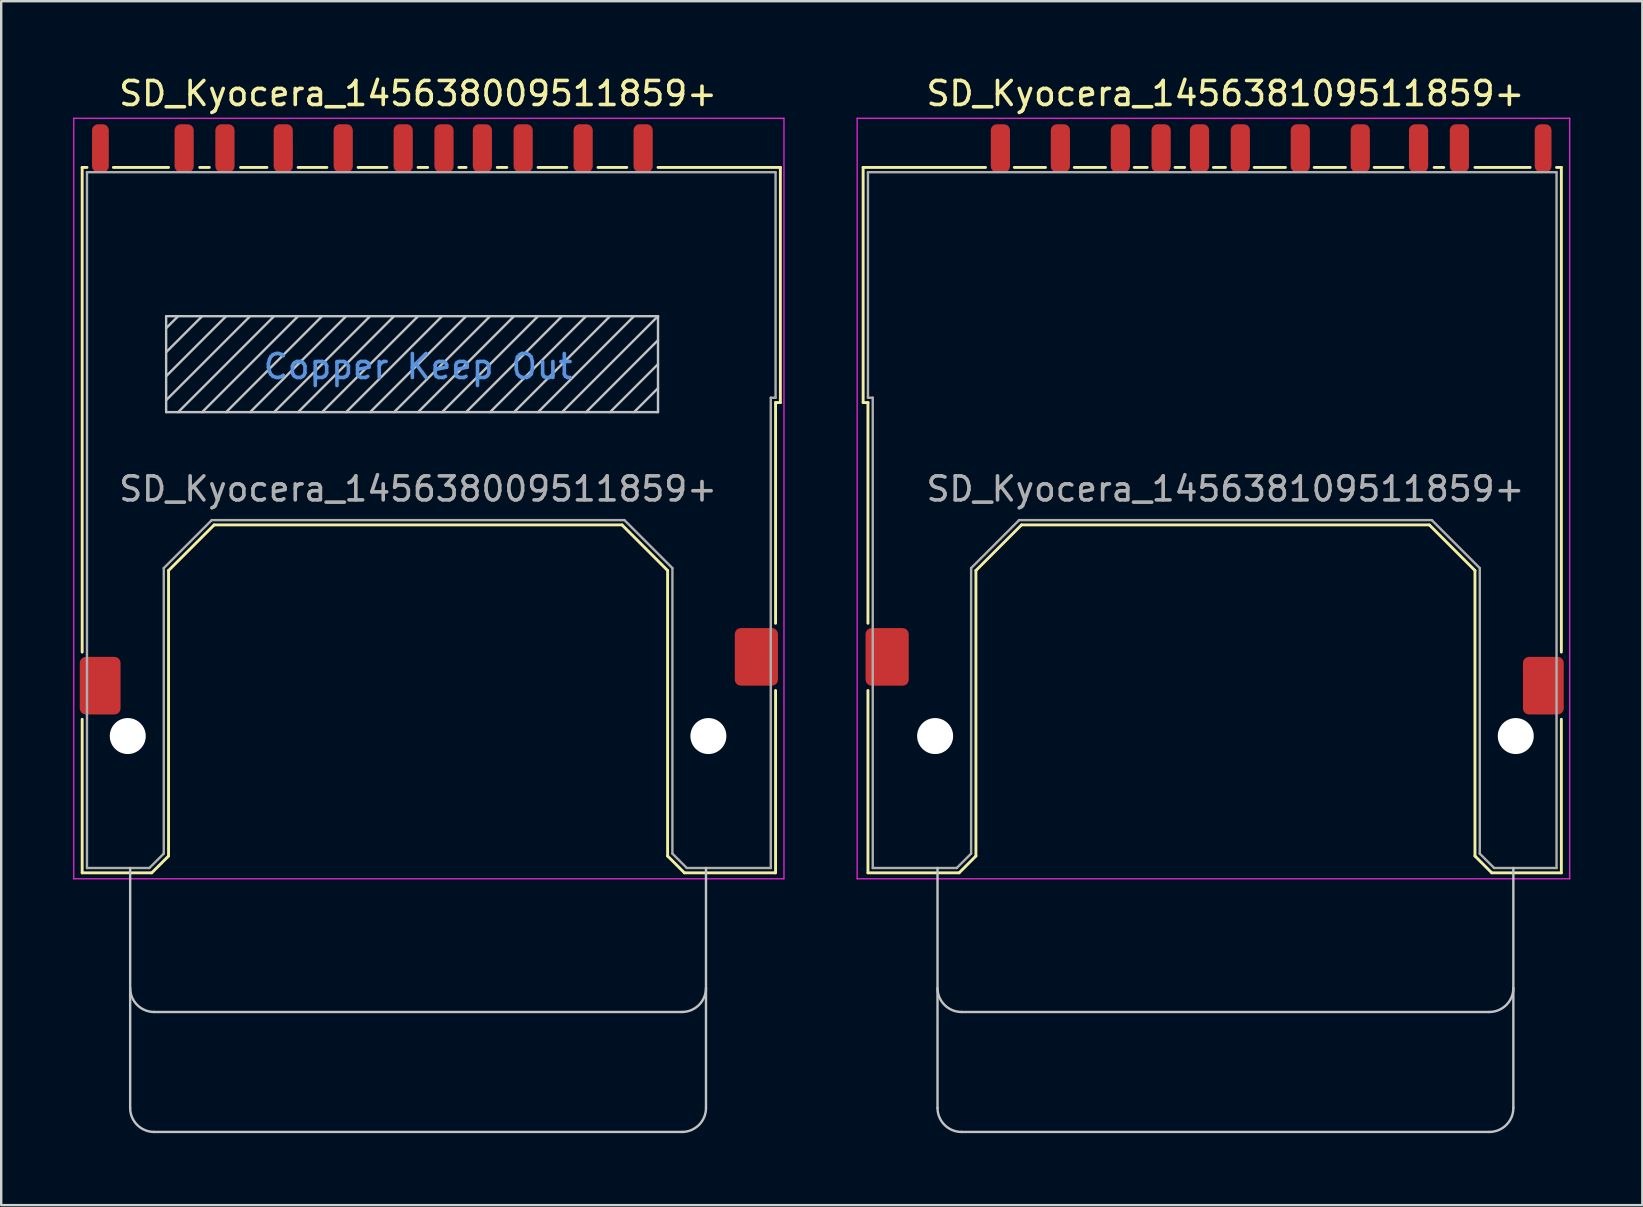
<source format=kicad_pcb>
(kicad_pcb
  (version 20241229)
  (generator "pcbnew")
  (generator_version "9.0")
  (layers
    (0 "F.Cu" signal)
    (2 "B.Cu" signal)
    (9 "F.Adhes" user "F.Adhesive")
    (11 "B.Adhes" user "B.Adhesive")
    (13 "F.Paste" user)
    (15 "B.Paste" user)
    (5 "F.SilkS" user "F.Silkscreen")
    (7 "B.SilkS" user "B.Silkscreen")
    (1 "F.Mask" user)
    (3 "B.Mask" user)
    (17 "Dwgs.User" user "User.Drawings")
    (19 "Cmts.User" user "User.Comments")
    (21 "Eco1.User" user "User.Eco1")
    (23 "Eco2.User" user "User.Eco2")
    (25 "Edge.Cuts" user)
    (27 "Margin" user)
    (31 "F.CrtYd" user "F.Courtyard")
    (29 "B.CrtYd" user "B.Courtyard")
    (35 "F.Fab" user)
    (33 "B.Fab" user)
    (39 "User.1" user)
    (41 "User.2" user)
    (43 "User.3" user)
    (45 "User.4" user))
  (footprint "SD_Kyocera_145638109511859+"
    (layer "F.Cu")
    (at 48.025 15.628)
    (property "Reference" "SD_Kyocera_145638109511859+" (at 0 -14.78 180) (layer "F.SilkS") (effects (font (size 1 1) (thickness 0.15))))
    (attr smd)
    (fp_line (start -15.1 -11.7) (end -10 -11.7) (stroke (width 0.12) (type solid)) (layer "F.SilkS"))
    (fp_line (start -15.1 -1.9) (end -15.1 -11.7) (stroke (width 0.12) (type solid)) (layer "F.SilkS"))
    (fp_line (start -14.9 -1.9) (end -15.1 -1.9) (stroke (width 0.12) (type solid)) (layer "F.SilkS"))
    (fp_line (start -14.9 -1.9) (end -14.9 7.3) (stroke (width 0.12) (type solid)) (layer "F.SilkS"))
    (fp_line (start -14.9 10.1) (end -14.9 17.7) (stroke (width 0.12) (type solid)) (layer "F.SilkS"))
    (fp_line (start -14.9 17.7) (end -11.1 17.7) (stroke (width 0.12) (type solid)) (layer "F.SilkS"))
    (fp_line (start -10.4 17) (end -11.1 17.7) (stroke (width 0.12) (type solid)) (layer "F.SilkS"))
    (fp_line (start -10.4 17) (end -10.4 5.1) (stroke (width 0.12) (type solid)) (layer "F.SilkS"))
    (fp_line (start -8.8 -11.7) (end -7.5 -11.7) (stroke (width 0.12) (type solid)) (layer "F.SilkS"))
    (fp_line (start -8.5 3.2) (end -10.4 5.1) (stroke (width 0.12) (type solid)) (layer "F.SilkS"))
    (fp_line (start -6.3 -11.7) (end -5 -11.7) (stroke (width 0.12) (type solid)) (layer "F.SilkS"))
    (fp_line (start -3.8 -11.7) (end -3.26 -11.7) (stroke (width 0.12) (type solid)) (layer "F.SilkS"))
    (fp_line (start -2.1 -11.7) (end -1.7 -11.7) (stroke (width 0.12) (type solid)) (layer "F.SilkS"))
    (fp_line (start -0.5 -11.7) (end 0 -11.7) (stroke (width 0.12) (type solid)) (layer "F.SilkS"))
    (fp_line (start 1.2 -11.7) (end 2.5 -11.7) (stroke (width 0.12) (type solid)) (layer "F.SilkS"))
    (fp_line (start 3.7 -11.7) (end 5 -11.7) (stroke (width 0.12) (type solid)) (layer "F.SilkS"))
    (fp_line (start 6.2 -11.7) (end 7.4 -11.7) (stroke (width 0.12) (type solid)) (layer "F.SilkS"))
    (fp_line (start 8.5 3.2) (end -8.5 3.2) (stroke (width 0.12) (type solid)) (layer "F.SilkS"))
    (fp_line (start 8.5 3.2) (end 10.4 5.1) (stroke (width 0.12) (type solid)) (layer "F.SilkS"))
    (fp_line (start 8.7 -11.7) (end 9.1 -11.7) (stroke (width 0.12) (type solid)) (layer "F.SilkS"))
    (fp_line (start 10.4 -11.7) (end 12.7 -11.7) (stroke (width 0.12) (type solid)) (layer "F.SilkS"))
    (fp_line (start 10.4 17) (end 10.4 5.1) (stroke (width 0.12) (type solid)) (layer "F.SilkS"))
    (fp_line (start 10.4 17) (end 11.1 17.7) (stroke (width 0.12) (type solid)) (layer "F.SilkS"))
    (fp_line (start 13.8 -11.7) (end 14 -11.7) (stroke (width 0.12) (type solid)) (layer "F.SilkS"))
    (fp_line (start 14 -11.7) (end 14 8.5) (stroke (width 0.12) (type solid)) (layer "F.SilkS"))
    (fp_line (start 14 11.3) (end 14 17.7) (stroke (width 0.12) (type solid)) (layer "F.SilkS"))
    (fp_line (start 14 17.7) (end 11.1 17.7) (stroke (width 0.12) (type solid)) (layer "F.SilkS"))
    (fp_line (start -12 27.5) (end -12 17.5) (stroke (width 0.1) (type solid)) (layer "Dwgs.User"))
    (fp_line (start 11 23.5) (end -11 23.5) (stroke (width 0.1) (type solid)) (layer "Dwgs.User"))
    (fp_line (start 11 28.5) (end -11 28.5) (stroke (width 0.1) (type solid)) (layer "Dwgs.User"))
    (fp_line (start 12 17.5) (end 12 27.5) (stroke (width 0.1) (type solid)) (layer "Dwgs.User"))
    (fp_arc (start -11 23.5) (mid -11.707107 23.207107) (end -12 22.5) (stroke (width 0.1) (type solid)) (layer "Dwgs.User"))
    (fp_arc (start -11 28.5) (mid -11.707107 28.207107) (end -12 27.5) (stroke (width 0.1) (type solid)) (layer "Dwgs.User"))
    (fp_arc (start 12 22.5) (mid 11.707107 23.207107) (end 11 23.5) (stroke (width 0.1) (type solid)) (layer "Dwgs.User"))
    (fp_arc (start 12 27.5) (mid 11.707107 28.207107) (end 11 28.5) (stroke (width 0.1) (type solid)) (layer "Dwgs.User"))
    (fp_line (start -15.35 -13.75) (end -15.35 17.95) (stroke (width 0.05) (type solid)) (layer "F.CrtYd"))
    (fp_line (start -15.35 17.95) (end 14.35 17.95) (stroke (width 0.05) (type solid)) (layer "F.CrtYd"))
    (fp_line (start 14.35 -13.75) (end -15.35 -13.75) (stroke (width 0.05) (type solid)) (layer "F.CrtYd"))
    (fp_line (start 14.35 17.95) (end 14.35 -13.75) (stroke (width 0.05) (type solid)) (layer "F.CrtYd"))
    (fp_line (start -14.9 -11.5) (end 13.8 -11.5) (stroke (width 0.1) (type solid)) (layer "F.Fab"))
    (fp_line (start -14.9 -2.1) (end -14.9 -11.5) (stroke (width 0.1) (type solid)) (layer "F.Fab"))
    (fp_line (start -14.7 -2.1) (end -14.9 -2.1) (stroke (width 0.1) (type solid)) (layer "F.Fab"))
    (fp_line (start -14.7 17.5) (end -14.7 -2.1) (stroke (width 0.1) (type solid)) (layer "F.Fab"))
    (fp_line (start -11.2 17.5) (end -14.7 17.5) (stroke (width 0.1) (type solid)) (layer "F.Fab"))
    (fp_line (start -11.2 17.5) (end -10.6 16.9) (stroke (width 0.1) (type solid)) (layer "F.Fab"))
    (fp_line (start -10.6 5) (end -10.6 16.9) (stroke (width 0.1) (type solid)) (layer "F.Fab"))
    (fp_line (start -10.6 5) (end -8.6 3) (stroke (width 0.1) (type solid)) (layer "F.Fab"))
    (fp_line (start 8.6 3) (end -8.6 3) (stroke (width 0.1) (type solid)) (layer "F.Fab"))
    (fp_line (start 8.6 3) (end 10.6 5) (stroke (width 0.1) (type solid)) (layer "F.Fab"))
    (fp_line (start 10.6 16.9) (end 10.6 5) (stroke (width 0.1) (type solid)) (layer "F.Fab"))
    (fp_line (start 10.6 16.9) (end 11.2 17.5) (stroke (width 0.1) (type solid)) (layer "F.Fab"))
    (fp_line (start 13.8 -11.5) (end 13.8 17.5) (stroke (width 0.1) (type solid)) (layer "F.Fab"))
    (fp_line (start 13.8 17.5) (end 11.2 17.5) (stroke (width 0.1) (type solid)) (layer "F.Fab"))
    (fp_text user "${REFERENCE}" (at 0 1.7 180) (layer "F.Fab") (effects (font (size 1 1) (thickness 0.15))))
    (pad "" np_thru_hole circle (at -12.1 12 180) (size 1.5 1.5) (drill 1.5) (layers "*.Cu" "*.Mask"))
    (pad "" np_thru_hole circle (at 12.1 12 180) (size 1.5 1.5) (drill 1.5) (layers "*.Cu" "*.Mask"))
    (pad "1" smd roundrect (at -6.88 -12.5) (size 0.8 2) (layers "F.Cu" "F.Mask" "F.Paste") (roundrect_rratio 0.313))
    (pad "2" smd roundrect (at -4.38 -12.5) (size 0.8 2) (layers "F.Cu" "F.Mask" "F.Paste") (roundrect_rratio 0.313))
    (pad "3" smd roundrect (at -1.08 -12.5) (size 0.8 2) (layers "F.Cu" "F.Mask" "F.Paste") (roundrect_rratio 0.313))
    (pad "4" smd roundrect (at 0.62 -12.5) (size 0.8 2) (layers "F.Cu" "F.Mask" "F.Paste") (roundrect_rratio 0.313))
    (pad "5" smd roundrect (at 3.12 -12.5) (size 0.8 2) (layers "F.Cu" "F.Mask" "F.Paste") (roundrect_rratio 0.313))
    (pad "6" smd roundrect (at 5.62 -12.5) (size 0.8 2) (layers "F.Cu" "F.Mask" "F.Paste") (roundrect_rratio 0.313))
    (pad "7" smd roundrect (at 8.05 -12.5) (size 0.8 2) (layers "F.Cu" "F.Mask" "F.Paste") (roundrect_rratio 0.313))
    (pad "8" smd roundrect (at 9.75 -12.5) (size 0.8 2) (layers "F.Cu" "F.Mask" "F.Paste") (roundrect_rratio 0.313))
    (pad "9" smd roundrect (at -9.38 -12.5) (size 0.8 2) (layers "F.Cu" "F.Mask" "F.Paste") (roundrect_rratio 0.313))
    (pad "10" smd roundrect (at -2.68 -12.5) (size 0.8 2) (layers "F.Cu" "F.Mask" "F.Paste") (roundrect_rratio 0.313))
    (pad "11" smd roundrect (at 13.24 -12.5) (size 0.7 2) (layers "F.Cu" "F.Mask" "F.Paste") (roundrect_rratio 0.357))
    (pad "12" smd roundrect (at 13.25 9.9) (size 1.7 2.4) (layers "F.Cu" "F.Mask" "F.Paste") (roundrect_rratio 0.147))
    (pad "13" smd roundrect (at -14.1 8.7) (size 1.8 2.4) (layers "F.Cu" "F.Mask" "F.Paste") (roundrect_rratio 0.139)))
  (footprint "SD_Kyocera_145638009511859+"
    (layer "F.Cu")
    (at 14.375 15.628)
    (property "Reference" "SD_Kyocera_145638009511859+" (at 0 -14.78 180) (layer "F.SilkS") (effects (font (size 1 1) (thickness 0.15))))
    (attr smd)
    (fp_line (start -14 -11.7) (end -14 8.5) (stroke (width 0.12) (type solid)) (layer "F.SilkS"))
    (fp_line (start -14 11.3) (end -14 17.7) (stroke (width 0.12) (type solid)) (layer "F.SilkS"))
    (fp_line (start -14 17.7) (end -11.1 17.7) (stroke (width 0.12) (type solid)) (layer "F.SilkS"))
    (fp_line (start -13.8 -11.7) (end -14 -11.7) (stroke (width 0.12) (type solid)) (layer "F.SilkS"))
    (fp_line (start -10.4 -11.7) (end -12.7 -11.7) (stroke (width 0.12) (type solid)) (layer "F.SilkS"))
    (fp_line (start -10.4 17) (end -11.1 17.7) (stroke (width 0.12) (type solid)) (layer "F.SilkS"))
    (fp_line (start -10.4 17) (end -10.4 5.1) (stroke (width 0.12) (type solid)) (layer "F.SilkS"))
    (fp_line (start -8.7 -11.7) (end -9.1 -11.7) (stroke (width 0.12) (type solid)) (layer "F.SilkS"))
    (fp_line (start -8.5 3.2) (end -10.4 5.1) (stroke (width 0.12) (type solid)) (layer "F.SilkS"))
    (fp_line (start -8.5 3.2) (end 8.5 3.2) (stroke (width 0.12) (type solid)) (layer "F.SilkS"))
    (fp_line (start -6.3 -11.7) (end -7.4 -11.7) (stroke (width 0.12) (type solid)) (layer "F.SilkS"))
    (fp_line (start -3.8 -11.7) (end -5 -11.7) (stroke (width 0.12) (type solid)) (layer "F.SilkS"))
    (fp_line (start -1.3 -11.7) (end -2.5 -11.7) (stroke (width 0.12) (type solid)) (layer "F.SilkS"))
    (fp_line (start 0.4 -11.7) (end 0 -11.7) (stroke (width 0.12) (type solid)) (layer "F.SilkS"))
    (fp_line (start 2 -11.7) (end 1.7 -11.7) (stroke (width 0.12) (type solid)) (layer "F.SilkS"))
    (fp_line (start 3.7 -11.7) (end 3.3 -11.7) (stroke (width 0.12) (type solid)) (layer "F.SilkS"))
    (fp_line (start 6.2 -11.7) (end 5 -11.7) (stroke (width 0.12) (type solid)) (layer "F.SilkS"))
    (fp_line (start 8.5 3.2) (end 10.4 5.1) (stroke (width 0.12) (type solid)) (layer "F.SilkS"))
    (fp_line (start 8.7 -11.7) (end 7.5 -11.7) (stroke (width 0.12) (type solid)) (layer "F.SilkS"))
    (fp_line (start 10.4 17) (end 10.4 5.1) (stroke (width 0.12) (type solid)) (layer "F.SilkS"))
    (fp_line (start 10.4 17) (end 11.1 17.7) (stroke (width 0.12) (type solid)) (layer "F.SilkS"))
    (fp_line (start 14.9 -1.9) (end 14.9 7.3) (stroke (width 0.12) (type solid)) (layer "F.SilkS"))
    (fp_line (start 14.9 -1.9) (end 15.1 -1.9) (stroke (width 0.12) (type solid)) (layer "F.SilkS"))
    (fp_line (start 14.9 10.1) (end 14.9 17.7) (stroke (width 0.12) (type solid)) (layer "F.SilkS"))
    (fp_line (start 14.9 17.7) (end 11.1 17.7) (stroke (width 0.12) (type solid)) (layer "F.SilkS"))
    (fp_line (start 15.1 -11.7) (end 10 -11.7) (stroke (width 0.12) (type solid)) (layer "F.SilkS"))
    (fp_line (start 15.1 -1.9) (end 15.1 -11.7) (stroke (width 0.12) (type solid)) (layer "F.SilkS"))
    (fp_line (start -12 17.5) (end -12 27.5) (stroke (width 0.1) (type solid)) (layer "Dwgs.User"))
    (fp_line (start -11 23.5) (end 11 23.5) (stroke (width 0.1) (type solid)) (layer "Dwgs.User"))
    (fp_line (start -11 28.5) (end 11 28.5) (stroke (width 0.1) (type solid)) (layer "Dwgs.User"))
    (fp_line (start -10.5 -5.5) (end 10 -5.5) (stroke (width 0.1) (type solid)) (layer "Dwgs.User"))
    (fp_line (start -10.5 -1.5) (end -10.5 -5.5) (stroke (width 0.1) (type solid)) (layer "Dwgs.User"))
    (fp_line (start -10 -5.5) (end -10.5 -5) (stroke (width 0.1) (type solid)) (layer "Dwgs.User"))
    (fp_line (start -9 -5.5) (end -10.5 -4) (stroke (width 0.1) (type solid)) (layer "Dwgs.User"))
    (fp_line (start -8 -5.5) (end -10.5 -3) (stroke (width 0.1) (type solid)) (layer "Dwgs.User"))
    (fp_line (start -7 -5.5) (end -10.5 -2) (stroke (width 0.1) (type solid)) (layer "Dwgs.User"))
    (fp_line (start -6 -5.5) (end -10 -1.5) (stroke (width 0.1) (type solid)) (layer "Dwgs.User"))
    (fp_line (start -5 -5.5) (end -9 -1.5) (stroke (width 0.1) (type solid)) (layer "Dwgs.User"))
    (fp_line (start -4 -5.5) (end -8 -1.5) (stroke (width 0.1) (type solid)) (layer "Dwgs.User"))
    (fp_line (start -3 -5.5) (end -7 -1.5) (stroke (width 0.1) (type solid)) (layer "Dwgs.User"))
    (fp_line (start -2 -5.5) (end -6 -1.5) (stroke (width 0.1) (type solid)) (layer "Dwgs.User"))
    (fp_line (start -1 -5.5) (end -5 -1.5) (stroke (width 0.1) (type solid)) (layer "Dwgs.User"))
    (fp_line (start 0 -5.5) (end -4 -1.5) (stroke (width 0.1) (type solid)) (layer "Dwgs.User"))
    (fp_line (start 1 -5.5) (end -3 -1.5) (stroke (width 0.1) (type solid)) (layer "Dwgs.User"))
    (fp_line (start 2 -5.5) (end -2 -1.5) (stroke (width 0.1) (type solid)) (layer "Dwgs.User"))
    (fp_line (start 3 -5.5) (end -1 -1.5) (stroke (width 0.1) (type solid)) (layer "Dwgs.User"))
    (fp_line (start 4 -5.5) (end 0 -1.5) (stroke (width 0.1) (type solid)) (layer "Dwgs.User"))
    (fp_line (start 5 -5.5) (end 1 -1.5) (stroke (width 0.1) (type solid)) (layer "Dwgs.User"))
    (fp_line (start 6 -5.5) (end 2 -1.5) (stroke (width 0.1) (type solid)) (layer "Dwgs.User"))
    (fp_line (start 7 -5.5) (end 3 -1.5) (stroke (width 0.1) (type solid)) (layer "Dwgs.User"))
    (fp_line (start 8 -5.5) (end 4 -1.5) (stroke (width 0.1) (type solid)) (layer "Dwgs.User"))
    (fp_line (start 9 -5.5) (end 5 -1.5) (stroke (width 0.1) (type solid)) (layer "Dwgs.User"))
    (fp_line (start 10 -5.5) (end 6 -1.5) (stroke (width 0.1) (type solid)) (layer "Dwgs.User"))
    (fp_line (start 10 -5.5) (end 10 -1.5) (stroke (width 0.1) (type solid)) (layer "Dwgs.User"))
    (fp_line (start 10 -4.5) (end 7 -1.5) (stroke (width 0.1) (type solid)) (layer "Dwgs.User"))
    (fp_line (start 10 -3.5) (end 8 -1.5) (stroke (width 0.1) (type solid)) (layer "Dwgs.User"))
    (fp_line (start 10 -2.5) (end 9 -1.5) (stroke (width 0.1) (type solid)) (layer "Dwgs.User"))
    (fp_line (start 10 -1.5) (end -10.5 -1.5) (stroke (width 0.1) (type solid)) (layer "Dwgs.User"))
    (fp_line (start 12 27.5) (end 12 17.5) (stroke (width 0.1) (type solid)) (layer "Dwgs.User"))
    (fp_arc (start -11 23.5) (mid -11.707107 23.207107) (end -12 22.5) (stroke (width 0.1) (type solid)) (layer "Dwgs.User"))
    (fp_arc (start -11 28.5) (mid -11.707107 28.207107) (end -12 27.5) (stroke (width 0.1) (type solid)) (layer "Dwgs.User"))
    (fp_arc (start 12 22.5) (mid 11.707107 23.207107) (end 11 23.5) (stroke (width 0.1) (type solid)) (layer "Dwgs.User"))
    (fp_arc (start 12 27.5) (mid 11.707107 28.207107) (end 11 28.5) (stroke (width 0.1) (type solid)) (layer "Dwgs.User"))
    (fp_line (start -14.35 -13.75) (end 15.25 -13.75) (stroke (width 0.05) (type solid)) (layer "F.CrtYd"))
    (fp_line (start -14.35 17.95) (end -14.35 -13.75) (stroke (width 0.05) (type solid)) (layer "F.CrtYd"))
    (fp_line (start 15.25 -13.75) (end 15.25 17.95) (stroke (width 0.05) (type solid)) (layer "F.CrtYd"))
    (fp_line (start 15.25 17.95) (end -14.35 17.95) (stroke (width 0.05) (type solid)) (layer "F.CrtYd"))
    (fp_line (start -13.8 -11.5) (end -13.8 17.5) (stroke (width 0.1) (type solid)) (layer "F.Fab"))
    (fp_line (start -13.8 17.5) (end -11.2 17.5) (stroke (width 0.1) (type solid)) (layer "F.Fab"))
    (fp_line (start -10.6 16.9) (end -11.2 17.5) (stroke (width 0.1) (type solid)) (layer "F.Fab"))
    (fp_line (start -10.6 16.9) (end -10.6 5) (stroke (width 0.1) (type solid)) (layer "F.Fab"))
    (fp_line (start -8.6 3) (end -10.6 5) (stroke (width 0.1) (type solid)) (layer "F.Fab"))
    (fp_line (start -8.6 3) (end 8.6 3) (stroke (width 0.1) (type solid)) (layer "F.Fab"))
    (fp_line (start 10.6 5) (end 8.6 3) (stroke (width 0.1) (type solid)) (layer "F.Fab"))
    (fp_line (start 10.6 5) (end 10.6 16.9) (stroke (width 0.1) (type solid)) (layer "F.Fab"))
    (fp_line (start 11.2 17.5) (end 10.6 16.9) (stroke (width 0.1) (type solid)) (layer "F.Fab"))
    (fp_line (start 11.2 17.5) (end 14.7 17.5) (stroke (width 0.1) (type solid)) (layer "F.Fab"))
    (fp_line (start 14.7 -2.1) (end 14.9 -2.1) (stroke (width 0.1) (type solid)) (layer "F.Fab"))
    (fp_line (start 14.7 17.5) (end 14.7 -2.1) (stroke (width 0.1) (type solid)) (layer "F.Fab"))
    (fp_line (start 14.9 -11.5) (end -13.8 -11.5) (stroke (width 0.1) (type solid)) (layer "F.Fab"))
    (fp_line (start 14.9 -2.1) (end 14.9 -11.5) (stroke (width 0.1) (type solid)) (layer "F.Fab"))
    (fp_text user "Copper Keep Out" (at 0 -3.4 180) (layer "Cmts.User") (effects (font (size 1 1) (thickness 0.15))))
    (fp_text user "${REFERENCE}" (at 0 1.7 180) (layer "F.Fab") (effects (font (size 1 1) (thickness 0.15))))
    (pad "" np_thru_hole circle (at -12.1 12 180) (size 1.5 1.5) (drill 1.5) (layers "*.Cu" "*.Mask"))
    (pad "" np_thru_hole circle (at 12.1 12 180) (size 1.5 1.5) (drill 1.5) (layers "*.Cu" "*.Mask"))
    (pad "1" smd roundrect (at 6.88 -12.5) (size 0.8 2) (layers "F.Cu" "F.Mask" "F.Paste") (roundrect_rratio 0.313))
    (pad "2" smd roundrect (at 4.38 -12.5) (size 0.8 2) (layers "F.Cu" "F.Mask" "F.Paste") (roundrect_rratio 0.313))
    (pad "3" smd roundrect (at 1.08 -12.5) (size 0.8 2) (layers "F.Cu" "F.Mask" "F.Paste") (roundrect_rratio 0.313))
    (pad "4" smd roundrect (at -0.62 -12.5) (size 0.8 2) (layers "F.Cu" "F.Mask" "F.Paste") (roundrect_rratio 0.313))
    (pad "5" smd roundrect (at -3.12 -12.5) (size 0.8 2) (layers "F.Cu" "F.Mask" "F.Paste") (roundrect_rratio 0.313))
    (pad "6" smd roundrect (at -5.62 -12.5) (size 0.8 2) (layers "F.Cu" "F.Mask" "F.Paste") (roundrect_rratio 0.313))
    (pad "7" smd roundrect (at -8.05 -12.5) (size 0.8 2) (layers "F.Cu" "F.Mask" "F.Paste") (roundrect_rratio 0.313))
    (pad "8" smd roundrect (at -9.75 -12.5) (size 0.8 2) (layers "F.Cu" "F.Mask" "F.Paste") (roundrect_rratio 0.313))
    (pad "9" smd roundrect (at 9.38 -12.5) (size 0.8 2) (layers "F.Cu" "F.Mask" "F.Paste") (roundrect_rratio 0.313))
    (pad "10" smd roundrect (at 2.68 -12.5) (size 0.8 2) (layers "F.Cu" "F.Mask" "F.Paste") (roundrect_rratio 0.313))
    (pad "11" smd roundrect (at -13.24 -12.5) (size 0.7 2) (layers "F.Cu" "F.Mask" "F.Paste") (roundrect_rratio 0.357))
    (pad "12" smd roundrect (at 14.1 8.7) (size 1.8 2.4) (layers "F.Cu" "F.Mask" "F.Paste") (roundrect_rratio 0.139))
    (pad "13" smd roundrect (at -13.25 9.9) (size 1.7 2.4) (layers "F.Cu" "F.Mask" "F.Paste") (roundrect_rratio 0.147)))
  (gr_rect
    (start -3 -3)
    (end 65.4 47.178)
    (stroke (width 0.1) (type default))
    (fill no)
    (layer "Edge.Cuts")))
</source>
